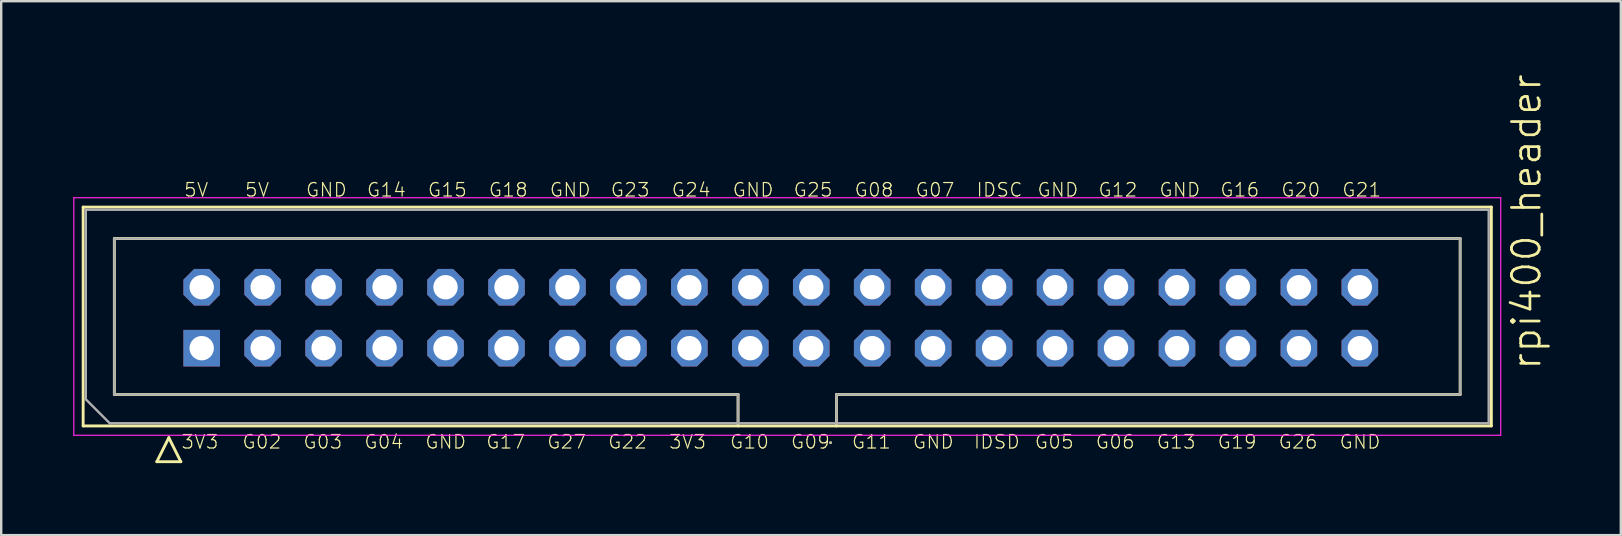
<source format=kicad_pcb>
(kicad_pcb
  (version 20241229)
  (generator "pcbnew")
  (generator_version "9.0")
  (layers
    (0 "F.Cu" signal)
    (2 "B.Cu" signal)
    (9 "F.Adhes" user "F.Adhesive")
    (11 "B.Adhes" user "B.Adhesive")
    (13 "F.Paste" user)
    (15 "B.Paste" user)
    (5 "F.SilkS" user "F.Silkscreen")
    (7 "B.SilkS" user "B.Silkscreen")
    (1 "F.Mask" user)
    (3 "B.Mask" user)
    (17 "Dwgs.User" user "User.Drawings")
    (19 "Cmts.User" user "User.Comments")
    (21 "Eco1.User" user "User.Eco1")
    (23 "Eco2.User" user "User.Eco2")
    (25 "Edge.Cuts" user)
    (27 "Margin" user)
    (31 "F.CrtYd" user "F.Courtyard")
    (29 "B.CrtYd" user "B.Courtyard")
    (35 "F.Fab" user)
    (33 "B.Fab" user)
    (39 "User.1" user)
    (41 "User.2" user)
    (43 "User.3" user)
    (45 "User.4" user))
  (footprint "rpi400_header"
    (layer "F.Cu")
    (at 29.485 10.189)
    (property "Reference" "rpi400_header" (at 31.75 2.25 90) (layer "F.SilkS") (effects (font (size 1.156 1.156) (thickness 0.114)) (justify left bottom)))
    (fp_line (start -29.07 -4.61) (end 29.61 -4.61) (stroke (width 0.12) (type solid)) (layer "F.SilkS"))
    (fp_line (start -29.07 4.51) (end -29.07 -4.61) (stroke (width 0.12) (type solid)) (layer "F.SilkS"))
    (fp_line (start -27.77 -3.3) (end 28.31 -3.3) (stroke (width 0.12) (type solid)) (layer "F.SilkS"))
    (fp_line (start -27.77 3.2) (end -27.77 -3.3) (stroke (width 0.12) (type solid)) (layer "F.SilkS"))
    (fp_line (start -26 6) (end -25 6) (stroke (width 0.12) (type solid)) (layer "F.SilkS"))
    (fp_line (start -25.5 5) (end -26 6) (stroke (width 0.12) (type solid)) (layer "F.SilkS"))
    (fp_line (start -25 6) (end -25.5 5) (stroke (width 0.12) (type solid)) (layer "F.SilkS"))
    (fp_line (start -1.78 3.2) (end -27.77 3.2) (stroke (width 0.12) (type solid)) (layer "F.SilkS"))
    (fp_line (start -1.78 4.51) (end -1.78 3.2) (stroke (width 0.12) (type solid)) (layer "F.SilkS"))
    (fp_line (start 2.075 5.207) (end 2.075 5.207) (stroke (width 0.12) (type solid)) (layer "F.SilkS"))
    (fp_line (start 2.32 3.2) (end 2.32 4.51) (stroke (width 0.12) (type solid)) (layer "F.SilkS"))
    (fp_line (start 28.31 -3.3) (end 28.31 3.2) (stroke (width 0.12) (type solid)) (layer "F.SilkS"))
    (fp_line (start 28.31 3.2) (end 2.32 3.2) (stroke (width 0.12) (type solid)) (layer "F.SilkS"))
    (fp_line (start 29.61 -4.61) (end 29.61 4.51) (stroke (width 0.12) (type solid)) (layer "F.SilkS"))
    (fp_line (start 29.61 4.51) (end -29.07 4.51) (stroke (width 0.12) (type solid)) (layer "F.SilkS"))
    (fp_line (start -29.46 -5) (end -29.46 4.9) (stroke (width 0.05) (type solid)) (layer "F.CrtYd"))
    (fp_line (start -29.46 4.9) (end 30 4.9) (stroke (width 0.05) (type solid)) (layer "F.CrtYd"))
    (fp_line (start 30 -5) (end -29.46 -5) (stroke (width 0.05) (type solid)) (layer "F.CrtYd"))
    (fp_line (start 30 4.9) (end 30 -5) (stroke (width 0.05) (type solid)) (layer "F.CrtYd"))
    (fp_line (start -28.96 -4.5) (end 29.5 -4.5) (stroke (width 0.1) (type solid)) (layer "F.Fab"))
    (fp_line (start -28.96 3.4) (end -28.96 -4.5) (stroke (width 0.1) (type solid)) (layer "F.Fab"))
    (fp_line (start -27.96 4.4) (end -28.96 3.4) (stroke (width 0.1) (type solid)) (layer "F.Fab"))
    (fp_line (start -27.77 -3.3) (end 28.31 -3.3) (stroke (width 0.1) (type solid)) (layer "F.Fab"))
    (fp_line (start -27.77 3.2) (end -27.77 -3.3) (stroke (width 0.1) (type solid)) (layer "F.Fab"))
    (fp_line (start -1.78 3.2) (end -27.77 3.2) (stroke (width 0.1) (type solid)) (layer "F.Fab"))
    (fp_line (start -1.78 4.4) (end -1.78 3.2) (stroke (width 0.1) (type solid)) (layer "F.Fab"))
    (fp_line (start 2.075 5.207) (end 2.075 5.207) (stroke (width 0.1) (type solid)) (layer "F.Fab"))
    (fp_line (start 2.32 3.2) (end 2.32 4.4) (stroke (width 0.1) (type solid)) (layer "F.Fab"))
    (fp_line (start 28.31 -3.3) (end 28.31 3.2) (stroke (width 0.1) (type solid)) (layer "F.Fab"))
    (fp_line (start 28.31 3.2) (end 2.32 3.2) (stroke (width 0.1) (type solid)) (layer "F.Fab"))
    (fp_line (start 29.5 -4.5) (end 29.5 4.4) (stroke (width 0.1) (type solid)) (layer "F.Fab"))
    (fp_line (start 29.5 4.4) (end -27.96 4.4) (stroke (width 0.1) (type solid)) (layer "F.Fab"))
    (fp_poly (pts (xy -24.384 -1.016) (xy -23.876 -1.016) (xy -23.876 -1.524) (xy -24.384 -1.524)) (stroke (width 0.1) (type default)) (fill no) (layer "F.Fab"))
    (fp_poly (pts (xy -24.384 1.524) (xy -23.876 1.524) (xy -23.876 1.016) (xy -24.384 1.016)) (stroke (width 0.1) (type default)) (fill no) (layer "F.Fab"))
    (fp_poly (pts (xy -21.844 -1.016) (xy -21.336 -1.016) (xy -21.336 -1.524) (xy -21.844 -1.524)) (stroke (width 0.1) (type default)) (fill no) (layer "F.Fab"))
    (fp_poly (pts (xy -21.844 1.524) (xy -21.336 1.524) (xy -21.336 1.016) (xy -21.844 1.016)) (stroke (width 0.1) (type default)) (fill no) (layer "F.Fab"))
    (fp_poly (pts (xy -19.304 -1.016) (xy -18.796 -1.016) (xy -18.796 -1.524) (xy -19.304 -1.524)) (stroke (width 0.1) (type default)) (fill no) (layer "F.Fab"))
    (fp_poly (pts (xy -19.304 1.524) (xy -18.796 1.524) (xy -18.796 1.016) (xy -19.304 1.016)) (stroke (width 0.1) (type default)) (fill no) (layer "F.Fab"))
    (fp_poly (pts (xy -16.764 -1.016) (xy -16.256 -1.016) (xy -16.256 -1.524) (xy -16.764 -1.524)) (stroke (width 0.1) (type default)) (fill no) (layer "F.Fab"))
    (fp_poly (pts (xy -16.764 1.524) (xy -16.256 1.524) (xy -16.256 1.016) (xy -16.764 1.016)) (stroke (width 0.1) (type default)) (fill no) (layer "F.Fab"))
    (fp_poly (pts (xy -14.224 -1.016) (xy -13.716 -1.016) (xy -13.716 -1.524) (xy -14.224 -1.524)) (stroke (width 0.1) (type default)) (fill no) (layer "F.Fab"))
    (fp_poly (pts (xy -14.224 1.524) (xy -13.716 1.524) (xy -13.716 1.016) (xy -14.224 1.016)) (stroke (width 0.1) (type default)) (fill no) (layer "F.Fab"))
    (fp_poly (pts (xy -11.684 -1.016) (xy -11.176 -1.016) (xy -11.176 -1.524) (xy -11.684 -1.524)) (stroke (width 0.1) (type default)) (fill no) (layer "F.Fab"))
    (fp_poly (pts (xy -11.684 1.524) (xy -11.176 1.524) (xy -11.176 1.016) (xy -11.684 1.016)) (stroke (width 0.1) (type default)) (fill no) (layer "F.Fab"))
    (fp_poly (pts (xy -9.144 -1.016) (xy -8.636 -1.016) (xy -8.636 -1.524) (xy -9.144 -1.524)) (stroke (width 0.1) (type default)) (fill no) (layer "F.Fab"))
    (fp_poly (pts (xy -9.144 1.524) (xy -8.636 1.524) (xy -8.636 1.016) (xy -9.144 1.016)) (stroke (width 0.1) (type default)) (fill no) (layer "F.Fab"))
    (fp_poly (pts (xy -6.604 -1.016) (xy -6.096 -1.016) (xy -6.096 -1.524) (xy -6.604 -1.524)) (stroke (width 0.1) (type default)) (fill no) (layer "F.Fab"))
    (fp_poly (pts (xy -6.604 1.524) (xy -6.096 1.524) (xy -6.096 1.016) (xy -6.604 1.016)) (stroke (width 0.1) (type default)) (fill no) (layer "F.Fab"))
    (fp_poly (pts (xy -4.064 -1.016) (xy -3.556 -1.016) (xy -3.556 -1.524) (xy -4.064 -1.524)) (stroke (width 0.1) (type default)) (fill no) (layer "F.Fab"))
    (fp_poly (pts (xy -4.064 1.524) (xy -3.556 1.524) (xy -3.556 1.016) (xy -4.064 1.016)) (stroke (width 0.1) (type default)) (fill no) (layer "F.Fab"))
    (fp_poly (pts (xy -1.524 -1.016) (xy -1.016 -1.016) (xy -1.016 -1.524) (xy -1.524 -1.524)) (stroke (width 0.1) (type default)) (fill no) (layer "F.Fab"))
    (fp_poly (pts (xy -1.524 1.524) (xy -1.016 1.524) (xy -1.016 1.016) (xy -1.524 1.016)) (stroke (width 0.1) (type default)) (fill no) (layer "F.Fab"))
    (fp_poly (pts (xy 1.016 -1.016) (xy 1.524 -1.016) (xy 1.524 -1.524) (xy 1.016 -1.524)) (stroke (width 0.1) (type default)) (fill no) (layer "F.Fab"))
    (fp_poly (pts (xy 1.016 1.524) (xy 1.524 1.524) (xy 1.524 1.016) (xy 1.016 1.016)) (stroke (width 0.1) (type default)) (fill no) (layer "F.Fab"))
    (fp_poly (pts (xy 3.556 -1.016) (xy 4.064 -1.016) (xy 4.064 -1.524) (xy 3.556 -1.524)) (stroke (width 0.1) (type default)) (fill no) (layer "F.Fab"))
    (fp_poly (pts (xy 3.556 1.524) (xy 4.064 1.524) (xy 4.064 1.016) (xy 3.556 1.016)) (stroke (width 0.1) (type default)) (fill no) (layer "F.Fab"))
    (fp_poly (pts (xy 6.096 -1.016) (xy 6.604 -1.016) (xy 6.604 -1.524) (xy 6.096 -1.524)) (stroke (width 0.1) (type default)) (fill no) (layer "F.Fab"))
    (fp_poly (pts (xy 6.096 1.524) (xy 6.604 1.524) (xy 6.604 1.016) (xy 6.096 1.016)) (stroke (width 0.1) (type default)) (fill no) (layer "F.Fab"))
    (fp_poly (pts (xy 8.636 -1.016) (xy 9.144 -1.016) (xy 9.144 -1.524) (xy 8.636 -1.524)) (stroke (width 0.1) (type default)) (fill no) (layer "F.Fab"))
    (fp_poly (pts (xy 8.636 1.524) (xy 9.144 1.524) (xy 9.144 1.016) (xy 8.636 1.016)) (stroke (width 0.1) (type default)) (fill no) (layer "F.Fab"))
    (fp_poly (pts (xy 11.176 -1.016) (xy 11.684 -1.016) (xy 11.684 -1.524) (xy 11.176 -1.524)) (stroke (width 0.1) (type default)) (fill no) (layer "F.Fab"))
    (fp_poly (pts (xy 11.176 1.524) (xy 11.684 1.524) (xy 11.684 1.016) (xy 11.176 1.016)) (stroke (width 0.1) (type default)) (fill no) (layer "F.Fab"))
    (fp_poly (pts (xy 13.716 -1.016) (xy 14.224 -1.016) (xy 14.224 -1.524) (xy 13.716 -1.524)) (stroke (width 0.1) (type default)) (fill no) (layer "F.Fab"))
    (fp_poly (pts (xy 13.716 1.524) (xy 14.224 1.524) (xy 14.224 1.016) (xy 13.716 1.016)) (stroke (width 0.1) (type default)) (fill no) (layer "F.Fab"))
    (fp_poly (pts (xy 16.256 -1.016) (xy 16.764 -1.016) (xy 16.764 -1.524) (xy 16.256 -1.524)) (stroke (width 0.1) (type default)) (fill no) (layer "F.Fab"))
    (fp_poly (pts (xy 16.256 1.524) (xy 16.764 1.524) (xy 16.764 1.016) (xy 16.256 1.016)) (stroke (width 0.1) (type default)) (fill no) (layer "F.Fab"))
    (fp_poly (pts (xy 18.796 -1.016) (xy 19.304 -1.016) (xy 19.304 -1.524) (xy 18.796 -1.524)) (stroke (width 0.1) (type default)) (fill no) (layer "F.Fab"))
    (fp_poly (pts (xy 18.796 1.524) (xy 19.304 1.524) (xy 19.304 1.016) (xy 18.796 1.016)) (stroke (width 0.1) (type default)) (fill no) (layer "F.Fab"))
    (fp_poly (pts (xy 21.336 -1.016) (xy 21.844 -1.016) (xy 21.844 -1.524) (xy 21.336 -1.524)) (stroke (width 0.1) (type default)) (fill no) (layer "F.Fab"))
    (fp_poly (pts (xy 21.336 1.524) (xy 21.844 1.524) (xy 21.844 1.016) (xy 21.336 1.016)) (stroke (width 0.1) (type default)) (fill no) (layer "F.Fab"))
    (fp_poly (pts (xy 23.876 -1.016) (xy 24.384 -1.016) (xy 24.384 -1.524) (xy 23.876 -1.524)) (stroke (width 0.1) (type default)) (fill no) (layer "F.Fab"))
    (fp_poly (pts (xy 23.876 1.524) (xy 24.384 1.524) (xy 24.384 1.016) (xy 23.876 1.016)) (stroke (width 0.1) (type default)) (fill no) (layer "F.Fab"))
    (fp_text user "G26" (at 20.71 5.5 0) (layer "F.SilkS") (effects (font (size 0.561 0.561) (thickness 0.049)) (justify left bottom)))
    (fp_text user "G17" (at -12.31 5.5 0) (layer "F.SilkS") (effects (font (size 0.561 0.561) (thickness 0.049)) (justify left bottom)))
    (fp_text user "GND" (at -2.04 -5 0) (layer "F.SilkS") (effects (font (size 0.561 0.561) (thickness 0.049)) (justify left bottom)))
    (fp_text user "G14" (at -17.28 -5 0) (layer "F.SilkS") (effects (font (size 0.561 0.561) (thickness 0.049)) (justify left bottom)))
    (fp_text user "3V3" (at -4.69 5.5 0) (layer "F.SilkS") (effects (font (size 0.561 0.561) (thickness 0.049)) (justify left bottom)))
    (fp_text user "G20" (at 20.82 -5 0) (layer "F.SilkS") (effects (font (size 0.561 0.561) (thickness 0.049)) (justify left bottom)))
    (fp_text user "GND" (at -9.66 -5 0) (layer "F.SilkS") (effects (font (size 0.561 0.561) (thickness 0.049)) (justify left bottom)))
    (fp_text user "G23" (at -7.12 -5 0) (layer "F.SilkS") (effects (font (size 0.561 0.561) (thickness 0.049)) (justify left bottom)))
    (fp_text user "G02" (at -22.47 5.5 0) (layer "F.SilkS") (effects (font (size 0.561 0.561) (thickness 0.049)) (justify left bottom)))
    (fp_text user "GND" (at 5.47 5.5 0) (layer "F.SilkS") (effects (font (size 0.561 0.561) (thickness 0.049)) (justify left bottom)))
    (fp_text user "G13" (at 15.63 5.5 0) (layer "F.SilkS") (effects (font (size 0.561 0.561) (thickness 0.049)) (justify left bottom)))
    (fp_text user "G25" (at 0.5 -5 0) (layer "F.SilkS") (effects (font (size 0.561 0.561) (thickness 0.049)) (justify left bottom)))
    (fp_text user "G03" (at -19.93 5.5 0) (layer "F.SilkS") (effects (font (size 0.561 0.561) (thickness 0.049)) (justify left bottom)))
    (fp_text user "G19" (at 18.17 5.5 0) (layer "F.SilkS") (effects (font (size 0.561 0.561) (thickness 0.049)) (justify left bottom)))
    (fp_text user "5V" (at -24.9 -5 0) (layer "F.SilkS") (effects (font (size 0.561 0.561) (thickness 0.049)) (justify left bottom)))
    (fp_text user "G09" (at 0.39 5.5 0) (layer "F.SilkS") (effects (font (size 0.561 0.561) (thickness 0.049)) (justify left bottom)))
    (fp_text user "G24" (at -4.58 -5 0) (layer "F.SilkS") (effects (font (size 0.561 0.561) (thickness 0.049)) (justify left bottom)))
    (fp_text user "5V" (at -22.36 -5 0) (layer "F.SilkS") (effects (font (size 0.561 0.561) (thickness 0.049)) (justify left bottom)))
    (fp_text user "G04" (at -17.39 5.5 0) (layer "F.SilkS") (effects (font (size 0.561 0.561) (thickness 0.049)) (justify left bottom)))
    (fp_text user "G27" (at -9.77 5.5 0) (layer "F.SilkS") (effects (font (size 0.561 0.561) (thickness 0.049)) (justify left bottom)))
    (fp_text user "GND" (at 15.74 -5 0) (layer "F.SilkS") (effects (font (size 0.561 0.561) (thickness 0.049)) (justify left bottom)))
    (fp_text user "G08" (at 3.04 -5 0) (layer "F.SilkS") (effects (font (size 0.561 0.561) (thickness 0.049)) (justify left bottom)))
    (fp_text user "G15" (at -14.74 -5 0) (layer "F.SilkS") (effects (font (size 0.561 0.561) (thickness 0.049)) (justify left bottom)))
    (fp_text user "G07" (at 5.58 -5 0) (layer "F.SilkS") (effects (font (size 0.561 0.561) (thickness 0.049)) (justify left bottom)))
    (fp_text user "IDSD" (at 8.01 5.5 0) (layer "F.SilkS") (effects (font (size 0.561 0.561) (thickness 0.049)) (justify left bottom)))
    (fp_text user "GND" (at 10.66 -5 0) (layer "F.SilkS") (effects (font (size 0.561 0.561) (thickness 0.049)) (justify left bottom)))
    (fp_text user "GND" (at -14.85 5.5 0) (layer "F.SilkS") (effects (font (size 0.561 0.561) (thickness 0.049)) (justify left bottom)))
    (fp_text user "GND" (at 23.25 5.5 0) (layer "F.SilkS") (effects (font (size 0.561 0.561) (thickness 0.049)) (justify left bottom)))
    (fp_text user "G10" (at -2.15 5.5 0) (layer "F.SilkS") (effects (font (size 0.561 0.561) (thickness 0.049)) (justify left bottom)))
    (fp_text user "G18" (at -12.2 -5 0) (layer "F.SilkS") (effects (font (size 0.561 0.561) (thickness 0.049)) (justify left bottom)))
    (fp_text user "G16" (at 18.28 -5 0) (layer "F.SilkS") (effects (font (size 0.561 0.561) (thickness 0.049)) (justify left bottom)))
    (fp_text user "G05" (at 10.55 5.5 0) (layer "F.SilkS") (effects (font (size 0.561 0.561) (thickness 0.049)) (justify left bottom)))
    (fp_text user "G12" (at 13.2 -5 0) (layer "F.SilkS") (effects (font (size 0.561 0.561) (thickness 0.049)) (justify left bottom)))
    (fp_text user "G06" (at 13.09 5.5 0) (layer "F.SilkS") (effects (font (size 0.561 0.561) (thickness 0.049)) (justify left bottom)))
    (fp_text user "G11" (at 2.93 5.5 0) (layer "F.SilkS") (effects (font (size 0.561 0.561) (thickness 0.049)) (justify left bottom)))
    (fp_text user "G22" (at -7.23 5.5 0) (layer "F.SilkS") (effects (font (size 0.561 0.561) (thickness 0.049)) (justify left bottom)))
    (fp_text user "G21" (at 23.36 -5 0) (layer "F.SilkS") (effects (font (size 0.561 0.561) (thickness 0.049)) (justify left bottom)))
    (fp_text user "3V3" (at -25.01 5.5 0) (layer "F.SilkS") (effects (font (size 0.561 0.561) (thickness 0.049)) (justify left bottom)))
    (fp_text user "GND" (at -19.82 -5 0) (layer "F.SilkS") (effects (font (size 0.561 0.561) (thickness 0.049)) (justify left bottom)))
    (fp_text user "IDSC" (at 8.12 -5 0) (layer "F.SilkS") (effects (font (size 0.561 0.561) (thickness 0.049)) (justify left bottom)))
    (pad "1" thru_hole rect (at -24.13 1.27) (size 1.524 1.524) (drill 1.016) (layers "*.Cu" "*.Mask"))
    (pad "2" thru_hole roundrect (at -24.13 -1.27) (size 1.524 1.524) (drill 1.016) (layers "*.Cu" "*.Mask") (roundrect_rratio 0.25) (chamfer_ratio 0.293) (chamfer top_left top_right bottom_left bottom_right))
    (pad "3" thru_hole roundrect (at -21.59 1.27) (size 1.524 1.524) (drill 1.016) (layers "*.Cu" "*.Mask") (roundrect_rratio 0.25) (chamfer_ratio 0.293) (chamfer top_left top_right bottom_left bottom_right))
    (pad "4" thru_hole roundrect (at -21.59 -1.27) (size 1.524 1.524) (drill 1.016) (layers "*.Cu" "*.Mask") (roundrect_rratio 0.25) (chamfer_ratio 0.293) (chamfer top_left top_right bottom_left bottom_right))
    (pad "5" thru_hole roundrect (at -19.05 1.27) (size 1.524 1.524) (drill 1.016) (layers "*.Cu" "*.Mask") (roundrect_rratio 0.25) (chamfer_ratio 0.293) (chamfer top_left top_right bottom_left bottom_right))
    (pad "6" thru_hole roundrect (at -19.05 -1.27) (size 1.524 1.524) (drill 1.016) (layers "*.Cu" "*.Mask") (roundrect_rratio 0.25) (chamfer_ratio 0.293) (chamfer top_left top_right bottom_left bottom_right))
    (pad "7" thru_hole roundrect (at -16.51 1.27) (size 1.524 1.524) (drill 1.016) (layers "*.Cu" "*.Mask") (roundrect_rratio 0.25) (chamfer_ratio 0.293) (chamfer top_left top_right bottom_left bottom_right))
    (pad "8" thru_hole roundrect (at -16.51 -1.27) (size 1.524 1.524) (drill 1.016) (layers "*.Cu" "*.Mask") (roundrect_rratio 0.25) (chamfer_ratio 0.293) (chamfer top_left top_right bottom_left bottom_right))
    (pad "9" thru_hole roundrect (at -13.97 1.27) (size 1.524 1.524) (drill 1.016) (layers "*.Cu" "*.Mask") (roundrect_rratio 0.25) (chamfer_ratio 0.293) (chamfer top_left top_right bottom_left bottom_right))
    (pad "10" thru_hole roundrect (at -13.97 -1.27) (size 1.524 1.524) (drill 1.016) (layers "*.Cu" "*.Mask") (roundrect_rratio 0.25) (chamfer_ratio 0.293) (chamfer top_left top_right bottom_left bottom_right))
    (pad "11" thru_hole roundrect (at -11.43 1.27) (size 1.524 1.524) (drill 1.016) (layers "*.Cu" "*.Mask") (roundrect_rratio 0.25) (chamfer_ratio 0.293) (chamfer top_left top_right bottom_left bottom_right))
    (pad "12" thru_hole roundrect (at -11.43 -1.27) (size 1.524 1.524) (drill 1.016) (layers "*.Cu" "*.Mask") (roundrect_rratio 0.25) (chamfer_ratio 0.293) (chamfer top_left top_right bottom_left bottom_right))
    (pad "13" thru_hole roundrect (at -8.89 1.27) (size 1.524 1.524) (drill 1.016) (layers "*.Cu" "*.Mask") (roundrect_rratio 0.25) (chamfer_ratio 0.293) (chamfer top_left top_right bottom_left bottom_right))
    (pad "14" thru_hole roundrect (at -8.89 -1.27) (size 1.524 1.524) (drill 1.016) (layers "*.Cu" "*.Mask") (roundrect_rratio 0.25) (chamfer_ratio 0.293) (chamfer top_left top_right bottom_left bottom_right))
    (pad "15" thru_hole roundrect (at -6.35 1.27) (size 1.524 1.524) (drill 1.016) (layers "*.Cu" "*.Mask") (roundrect_rratio 0.25) (chamfer_ratio 0.293) (chamfer top_left top_right bottom_left bottom_right))
    (pad "16" thru_hole roundrect (at -6.35 -1.27) (size 1.524 1.524) (drill 1.016) (layers "*.Cu" "*.Mask") (roundrect_rratio 0.25) (chamfer_ratio 0.293) (chamfer top_left top_right bottom_left bottom_right))
    (pad "17" thru_hole roundrect (at -3.81 1.27) (size 1.524 1.524) (drill 1.016) (layers "*.Cu" "*.Mask") (roundrect_rratio 0.25) (chamfer_ratio 0.293) (chamfer top_left top_right bottom_left bottom_right))
    (pad "18" thru_hole roundrect (at -3.81 -1.27) (size 1.524 1.524) (drill 1.016) (layers "*.Cu" "*.Mask") (roundrect_rratio 0.25) (chamfer_ratio 0.293) (chamfer top_left top_right bottom_left bottom_right))
    (pad "19" thru_hole roundrect (at -1.27 1.27) (size 1.524 1.524) (drill 1.016) (layers "*.Cu" "*.Mask") (roundrect_rratio 0.25) (chamfer_ratio 0.293) (chamfer top_left top_right bottom_left bottom_right))
    (pad "20" thru_hole roundrect (at -1.27 -1.27) (size 1.524 1.524) (drill 1.016) (layers "*.Cu" "*.Mask") (roundrect_rratio 0.25) (chamfer_ratio 0.293) (chamfer top_left top_right bottom_left bottom_right))
    (pad "21" thru_hole roundrect (at 1.27 1.27) (size 1.524 1.524) (drill 1.016) (layers "*.Cu" "*.Mask") (roundrect_rratio 0.25) (chamfer_ratio 0.293) (chamfer top_left top_right bottom_left bottom_right))
    (pad "22" thru_hole roundrect (at 1.27 -1.27) (size 1.524 1.524) (drill 1.016) (layers "*.Cu" "*.Mask") (roundrect_rratio 0.25) (chamfer_ratio 0.293) (chamfer top_left top_right bottom_left bottom_right))
    (pad "23" thru_hole roundrect (at 3.81 1.27) (size 1.524 1.524) (drill 1.016) (layers "*.Cu" "*.Mask") (roundrect_rratio 0.25) (chamfer_ratio 0.293) (chamfer top_left top_right bottom_left bottom_right))
    (pad "24" thru_hole roundrect (at 3.81 -1.27) (size 1.524 1.524) (drill 1.016) (layers "*.Cu" "*.Mask") (roundrect_rratio 0.25) (chamfer_ratio 0.293) (chamfer top_left top_right bottom_left bottom_right))
    (pad "25" thru_hole roundrect (at 6.35 1.27) (size 1.524 1.524) (drill 1.016) (layers "*.Cu" "*.Mask") (roundrect_rratio 0.25) (chamfer_ratio 0.293) (chamfer top_left top_right bottom_left bottom_right))
    (pad "26" thru_hole roundrect (at 6.35 -1.27) (size 1.524 1.524) (drill 1.016) (layers "*.Cu" "*.Mask") (roundrect_rratio 0.25) (chamfer_ratio 0.293) (chamfer top_left top_right bottom_left bottom_right))
    (pad "27" thru_hole roundrect (at 8.89 1.27) (size 1.524 1.524) (drill 1.016) (layers "*.Cu" "*.Mask") (roundrect_rratio 0.25) (chamfer_ratio 0.293) (chamfer top_left top_right bottom_left bottom_right))
    (pad "28" thru_hole roundrect (at 8.89 -1.27) (size 1.524 1.524) (drill 1.016) (layers "*.Cu" "*.Mask") (roundrect_rratio 0.25) (chamfer_ratio 0.293) (chamfer top_left top_right bottom_left bottom_right))
    (pad "29" thru_hole roundrect (at 11.43 1.27) (size 1.524 1.524) (drill 1.016) (layers "*.Cu" "*.Mask") (roundrect_rratio 0.25) (chamfer_ratio 0.293) (chamfer top_left top_right bottom_left bottom_right))
    (pad "30" thru_hole roundrect (at 11.43 -1.27) (size 1.524 1.524) (drill 1.016) (layers "*.Cu" "*.Mask") (roundrect_rratio 0.25) (chamfer_ratio 0.293) (chamfer top_left top_right bottom_left bottom_right))
    (pad "31" thru_hole roundrect (at 13.97 1.27) (size 1.524 1.524) (drill 1.016) (layers "*.Cu" "*.Mask") (roundrect_rratio 0.25) (chamfer_ratio 0.293) (chamfer top_left top_right bottom_left bottom_right))
    (pad "32" thru_hole roundrect (at 13.97 -1.27) (size 1.524 1.524) (drill 1.016) (layers "*.Cu" "*.Mask") (roundrect_rratio 0.25) (chamfer_ratio 0.293) (chamfer top_left top_right bottom_left bottom_right))
    (pad "33" thru_hole roundrect (at 16.51 1.27) (size 1.524 1.524) (drill 1.016) (layers "*.Cu" "*.Mask") (roundrect_rratio 0.25) (chamfer_ratio 0.293) (chamfer top_left top_right bottom_left bottom_right))
    (pad "34" thru_hole roundrect (at 16.51 -1.27) (size 1.524 1.524) (drill 1.016) (layers "*.Cu" "*.Mask") (roundrect_rratio 0.25) (chamfer_ratio 0.293) (chamfer top_left top_right bottom_left bottom_right))
    (pad "35" thru_hole roundrect (at 19.05 1.27) (size 1.524 1.524) (drill 1.016) (layers "*.Cu" "*.Mask") (roundrect_rratio 0.25) (chamfer_ratio 0.293) (chamfer top_left top_right bottom_left bottom_right))
    (pad "36" thru_hole roundrect (at 19.05 -1.27) (size 1.524 1.524) (drill 1.016) (layers "*.Cu" "*.Mask") (roundrect_rratio 0.25) (chamfer_ratio 0.293) (chamfer top_left top_right bottom_left bottom_right))
    (pad "37" thru_hole roundrect (at 21.59 1.27) (size 1.524 1.524) (drill 1.016) (layers "*.Cu" "*.Mask") (roundrect_rratio 0.25) (chamfer_ratio 0.293) (chamfer top_left top_right bottom_left bottom_right))
    (pad "38" thru_hole roundrect (at 21.59 -1.27) (size 1.524 1.524) (drill 1.016) (layers "*.Cu" "*.Mask") (roundrect_rratio 0.25) (chamfer_ratio 0.293) (chamfer top_left top_right bottom_left bottom_right))
    (pad "39" thru_hole roundrect (at 24.13 1.27) (size 1.524 1.524) (drill 1.016) (layers "*.Cu" "*.Mask") (roundrect_rratio 0.25) (chamfer_ratio 0.293) (chamfer top_left top_right bottom_left bottom_right))
    (pad "40" thru_hole roundrect (at 24.13 -1.27) (size 1.524 1.524) (drill 1.016) (layers "*.Cu" "*.Mask") (roundrect_rratio 0.25) (chamfer_ratio 0.293) (chamfer top_left top_right bottom_left bottom_right)))
  (gr_rect
    (start -3 -3)
    (end 64.49 19.249)
    (stroke (width 0.1) (type default))
    (fill no)
    (layer "Edge.Cuts")))
</source>
